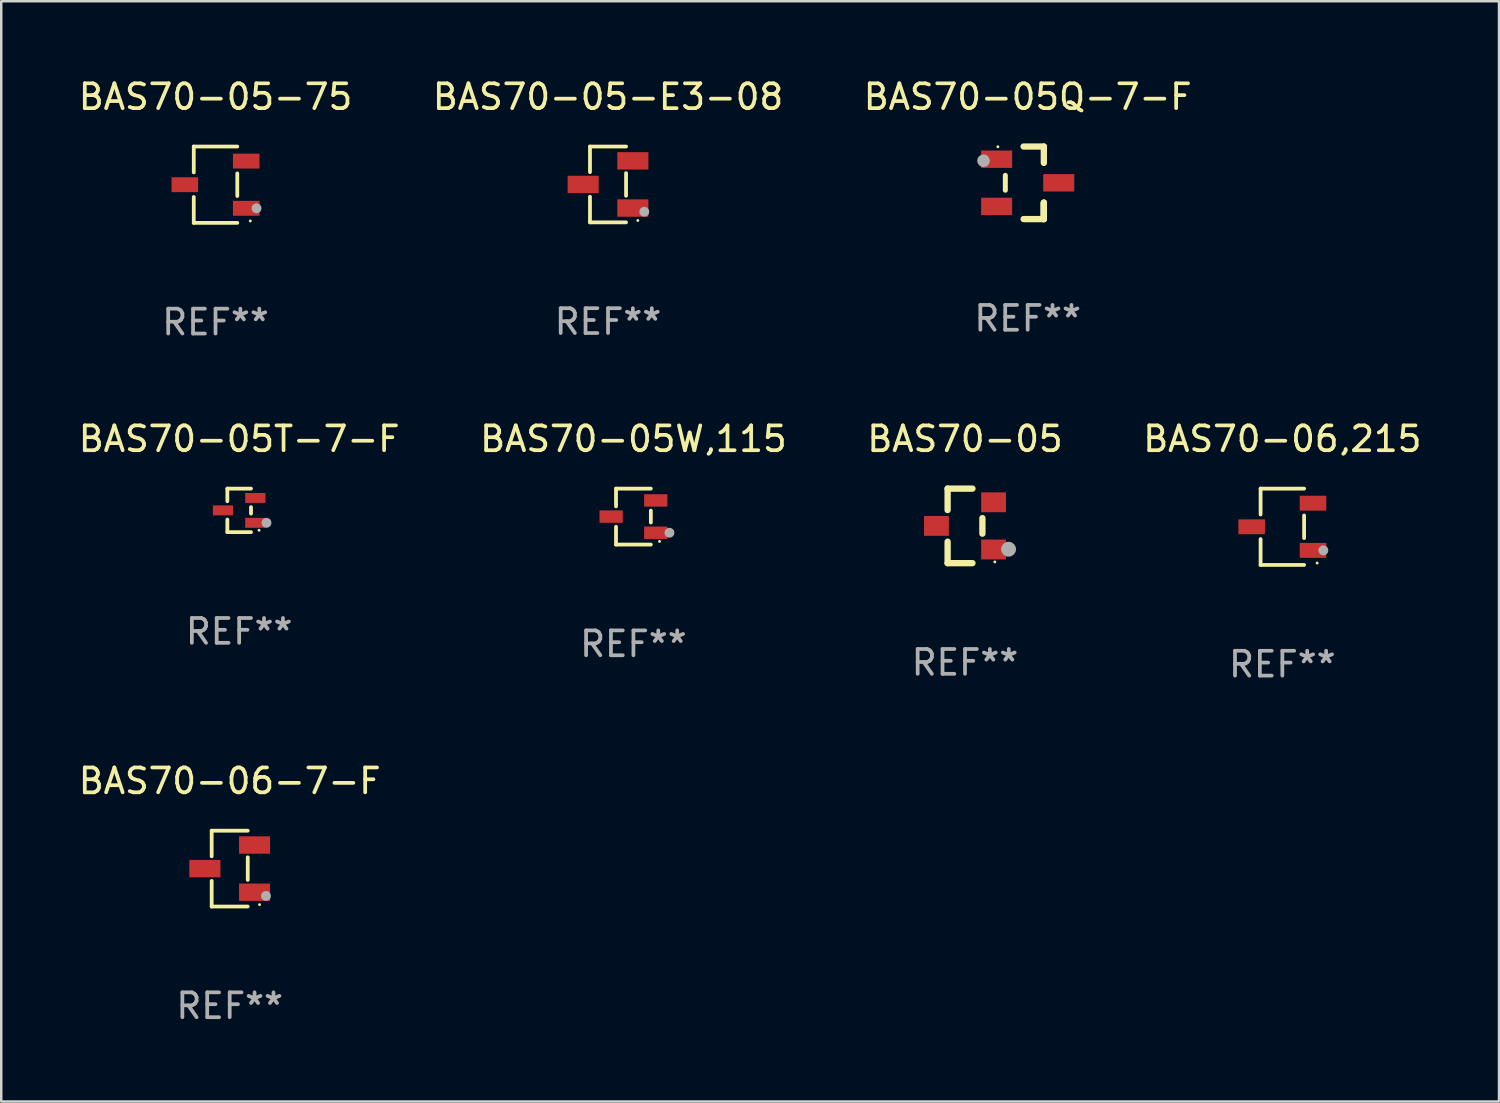
<source format=kicad_pcb>
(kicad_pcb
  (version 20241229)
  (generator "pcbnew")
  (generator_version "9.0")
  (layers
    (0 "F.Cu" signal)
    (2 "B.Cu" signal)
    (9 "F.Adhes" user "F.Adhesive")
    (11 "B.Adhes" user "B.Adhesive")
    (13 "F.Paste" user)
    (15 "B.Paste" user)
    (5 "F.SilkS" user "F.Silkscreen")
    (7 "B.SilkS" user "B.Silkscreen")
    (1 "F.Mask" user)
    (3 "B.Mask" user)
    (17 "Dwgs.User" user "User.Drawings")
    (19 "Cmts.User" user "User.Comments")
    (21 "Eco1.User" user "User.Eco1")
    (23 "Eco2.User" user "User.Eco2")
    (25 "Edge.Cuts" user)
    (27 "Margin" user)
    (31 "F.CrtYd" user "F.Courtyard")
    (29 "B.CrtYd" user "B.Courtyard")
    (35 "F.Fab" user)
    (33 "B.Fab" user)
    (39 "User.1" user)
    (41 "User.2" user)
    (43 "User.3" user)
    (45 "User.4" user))
  (footprint "BAS70-05-E3-08"
    (layer "F.Cu")
    (at 21.423 4.374)
    (property "Reference" "BAS70-05-E3-08" (at 0 -3.526 0) (layer "F.SilkS") (effects (font (size 1 1) (thickness 0.15))))
    (attr through_hole)
    (fp_line (start -0.726 -1.526) (end -0.726 -0.495) (stroke (width 0.152) (type solid)) (layer "F.SilkS"))
    (fp_line (start -0.726 1.526) (end -0.726 0.495) (stroke (width 0.152) (type solid)) (layer "F.SilkS"))
    (fp_line (start 0.726 -1.526) (end -0.726 -1.526) (stroke (width 0.152) (type solid)) (layer "F.SilkS"))
    (fp_line (start 0.726 -0.455) (end 0.726 0.455) (stroke (width 0.152) (type solid)) (layer "F.SilkS"))
    (fp_line (start 0.726 1.526) (end -0.726 1.526) (stroke (width 0.152) (type solid)) (layer "F.SilkS"))
    (fp_circle (center 1.2 1.45) (end 1.23 1.45) (stroke (width 0.06) (type solid)) (fill no) (layer "F.SilkS"))
    (fp_circle (center 1.46 1.1) (end 1.56 1.1) (stroke (width 0.2) (type solid)) (fill no) (layer "F.Fab"))
    (fp_text user "REF**" (at 0 5.526 0) (layer "F.Fab") (effects (font (size 1 1) (thickness 0.15))))
    (pad "1" smd rect (at 1 0.95) (size 1.25 0.7) (layers "F.Cu" "F.Mask" "F.Paste"))
    (pad "2" smd rect (at 1 -0.95) (size 1.25 0.7) (layers "F.Cu" "F.Mask" "F.Paste"))
    (pad "3" smd rect (at -1 0) (size 1.25 0.7) (layers "F.Cu" "F.Mask" "F.Paste")))
  (footprint "BAS70-06,215"
    (layer "F.Cu")
    (at 48.565 18.153)
    (property "Reference" "BAS70-06,215" (at 0 -3.536 0) (layer "F.SilkS") (effects (font (size 1 1) (thickness 0.15))))
    (attr through_hole)
    (fp_line (start -0.876 -1.536) (end -0.876 -0.495) (stroke (width 0.152) (type solid)) (layer "F.SilkS"))
    (fp_line (start -0.876 1.536) (end -0.876 0.495) (stroke (width 0.152) (type solid)) (layer "F.SilkS"))
    (fp_line (start 0.876 -1.536) (end -0.876 -1.536) (stroke (width 0.152) (type solid)) (layer "F.SilkS"))
    (fp_line (start 0.876 -0.455) (end 0.876 0.455) (stroke (width 0.152) (type solid)) (layer "F.SilkS"))
    (fp_line (start 0.876 1.536) (end -0.876 1.536) (stroke (width 0.152) (type solid)) (layer "F.SilkS"))
    (fp_circle (center 1.4 1.46) (end 1.43 1.46) (stroke (width 0.06) (type solid)) (fill no) (layer "F.SilkS"))
    (fp_circle (center 1.651 0.95) (end 1.751 0.95) (stroke (width 0.2) (type solid)) (fill no) (layer "F.Fab"))
    (fp_text user "REF**" (at 0 5.536 0) (layer "F.Fab") (effects (font (size 1 1) (thickness 0.15))))
    (pad "1" smd rect (at 1.235 0.95) (size 1.07 0.6) (layers "F.Cu" "F.Mask" "F.Paste"))
    (pad "2" smd rect (at 1.235 -0.95) (size 1.07 0.6) (layers "F.Cu" "F.Mask" "F.Paste"))
    (pad "3" smd rect (at -1.235 0) (size 1.07 0.6) (layers "F.Cu" "F.Mask" "F.Paste")))
  (footprint "BAS70-05-75"
    (layer "F.Cu")
    (at 5.625 4.384)
    (property "Reference" "BAS70-05-75" (at 0 -3.536 0) (layer "F.SilkS") (effects (font (size 1 1) (thickness 0.15))))
    (attr through_hole)
    (fp_line (start -0.876 -1.536) (end -0.876 -0.495) (stroke (width 0.152) (type solid)) (layer "F.SilkS"))
    (fp_line (start -0.876 1.536) (end -0.876 0.495) (stroke (width 0.152) (type solid)) (layer "F.SilkS"))
    (fp_line (start 0.876 -1.536) (end -0.876 -1.536) (stroke (width 0.152) (type solid)) (layer "F.SilkS"))
    (fp_line (start 0.876 -0.455) (end 0.876 0.455) (stroke (width 0.152) (type solid)) (layer "F.SilkS"))
    (fp_line (start 0.876 1.536) (end -0.876 1.536) (stroke (width 0.152) (type solid)) (layer "F.SilkS"))
    (fp_circle (center 1.4 1.46) (end 1.43 1.46) (stroke (width 0.06) (type solid)) (fill no) (layer "F.SilkS"))
    (fp_circle (center 1.651 0.95) (end 1.751 0.95) (stroke (width 0.2) (type solid)) (fill no) (layer "F.Fab"))
    (fp_text user "REF**" (at 0 5.536 0) (layer "F.Fab") (effects (font (size 1 1) (thickness 0.15))))
    (pad "1" smd rect (at 1.235 0.95) (size 1.07 0.6) (layers "F.Cu" "F.Mask" "F.Paste"))
    (pad "2" smd rect (at 1.235 -0.95) (size 1.07 0.6) (layers "F.Cu" "F.Mask" "F.Paste"))
    (pad "3" smd rect (at -1.235 0) (size 1.07 0.6) (layers "F.Cu" "F.Mask" "F.Paste")))
  (footprint "BAS70-05"
    (layer "F.Cu")
    (at 35.792 18.117)
    (property "Reference" "BAS70-05" (at 0 -3.5 0) (layer "F.SilkS") (effects (font (size 1 1) (thickness 0.15))))
    (attr through_hole)
    (fp_line (start -0.7 -1.5) (end 0.3 -1.5) (stroke (width 0.254) (type solid)) (layer "F.SilkS"))
    (fp_line (start -0.7 -0.636) (end -0.7 -1.5) (stroke (width 0.254) (type solid)) (layer "F.SilkS"))
    (fp_line (start -0.7 1.5) (end -0.7 0.636) (stroke (width 0.254) (type solid)) (layer "F.SilkS"))
    (fp_line (start -0.7 1.5) (end 0.3 1.5) (stroke (width 0.254) (type solid)) (layer "F.SilkS"))
    (fp_line (start 0.7 0.314) (end 0.7 -0.314) (stroke (width 0.254) (type solid)) (layer "F.SilkS"))
    (fp_circle (center 1.2 1.45) (end 1.23 1.45) (stroke (width 0.06) (type solid)) (fill no) (layer "F.SilkS"))
    (fp_circle (center 1.753 0.94) (end 1.903 0.94) (stroke (width 0.3) (type solid)) (fill no) (layer "F.Fab"))
    (fp_text user "REF**" (at 0 5.5 0) (layer "F.Fab") (effects (font (size 1 1) (thickness 0.15))))
    (pad "1" smd rect (at 1.15 0.95 180) (size 1 0.8) (layers "F.Cu" "F.Mask" "F.Paste"))
    (pad "2" smd rect (at 1.15 -0.95 180) (size 1 0.8) (layers "F.Cu" "F.Mask" "F.Paste"))
    (pad "3" smd rect (at -1.15 -0.000051 180) (size 1 0.8) (layers "F.Cu" "F.Mask" "F.Paste")))
  (footprint "BAS70-05Q-7-F"
    (layer "F.Cu")
    (at 38.315 4.308)
    (property "Reference" "BAS70-05Q-7-F" (at 0 -3.46 0) (layer "F.SilkS") (effects (font (size 1 1) (thickness 0.15))))
    (attr through_hole)
    (fp_line (start -0.9 -0.3) (end -0.9 0.3) (stroke (width 0.2) (type solid)) (layer "F.SilkS"))
    (fp_line (start -0.165 -1.46) (end 0.65 -1.46) (stroke (width 0.254) (type solid)) (layer "F.SilkS"))
    (fp_line (start 0.65 -1.46) (end 0.65 -0.8) (stroke (width 0.254) (type solid)) (layer "F.SilkS"))
    (fp_line (start 0.65 0.8) (end 0.65 1.46) (stroke (width 0.254) (type solid)) (layer "F.SilkS"))
    (fp_line (start 0.65 0.8) (end 0.65 1.46) (stroke (width 0.254) (type solid)) (layer "F.SilkS"))
    (fp_line (start 0.65 1.46) (end -0.165 1.46) (stroke (width 0.254) (type solid)) (layer "F.SilkS"))
    (fp_line (start 0.65 1.46) (end 0.65 0.8) (stroke (width 0.254) (type solid)) (layer "F.SilkS"))
    (fp_circle (center -1.2 -1.45) (end -1.17 -1.45) (stroke (width 0.06) (type solid)) (fill no) (layer "F.SilkS"))
    (fp_circle (center -1.778 -0.889) (end -1.651 -0.889) (stroke (width 0.254) (type solid)) (fill no) (layer "F.Fab"))
    (fp_text user "REF**" (at 0 5.46 0) (layer "F.Fab") (effects (font (size 1 1) (thickness 0.15))))
    (pad "1" smd rect (at -1.25 -0.95 90) (size 0.7 1.25) (layers "F.Cu" "F.Mask" "F.Paste"))
    (pad "2" smd rect (at -1.25 0.95 90) (size 0.7 1.25) (layers "F.Cu" "F.Mask" "F.Paste"))
    (pad "3" smd rect (at 1.25 -0.000051 90) (size 0.7 1.25) (layers "F.Cu" "F.Mask" "F.Paste")))
  (footprint "BAS70-06-7-F"
    (layer "F.Cu")
    (at 6.196 31.912)
    (property "Reference" "BAS70-06-7-F" (at 0 -3.526 0) (layer "F.SilkS") (effects (font (size 1 1) (thickness 0.15))))
    (attr through_hole)
    (fp_line (start -0.726 -1.526) (end -0.726 -0.495) (stroke (width 0.152) (type solid)) (layer "F.SilkS"))
    (fp_line (start -0.726 1.526) (end -0.726 0.495) (stroke (width 0.152) (type solid)) (layer "F.SilkS"))
    (fp_line (start 0.726 -1.526) (end -0.726 -1.526) (stroke (width 0.152) (type solid)) (layer "F.SilkS"))
    (fp_line (start 0.726 -0.455) (end 0.726 0.455) (stroke (width 0.152) (type solid)) (layer "F.SilkS"))
    (fp_line (start 0.726 1.526) (end -0.726 1.526) (stroke (width 0.152) (type solid)) (layer "F.SilkS"))
    (fp_circle (center 1.2 1.45) (end 1.23 1.45) (stroke (width 0.06) (type solid)) (fill no) (layer "F.SilkS"))
    (fp_circle (center 1.46 1.1) (end 1.56 1.1) (stroke (width 0.2) (type solid)) (fill no) (layer "F.Fab"))
    (fp_text user "REF**" (at 0 5.526 0) (layer "F.Fab") (effects (font (size 1 1) (thickness 0.15))))
    (pad "1" smd rect (at 1 0.95) (size 1.25 0.7) (layers "F.Cu" "F.Mask" "F.Paste"))
    (pad "2" smd rect (at 1 -0.95) (size 1.25 0.7) (layers "F.Cu" "F.Mask" "F.Paste"))
    (pad "3" smd rect (at -1 0) (size 1.25 0.7) (layers "F.Cu" "F.Mask" "F.Paste")))
  (footprint "BAS70-05T-7-F"
    (layer "F.Cu")
    (at 6.577 17.493)
    (property "Reference" "BAS70-05T-7-F" (at 0 -2.876 0) (layer "F.SilkS") (effects (font (size 1 1) (thickness 0.15))))
    (attr through_hole)
    (fp_line (start -0.476 -0.876) (end -0.476 -0.369) (stroke (width 0.152) (type solid)) (layer "F.SilkS"))
    (fp_line (start -0.476 0.876) (end -0.476 0.369) (stroke (width 0.152) (type solid)) (layer "F.SilkS"))
    (fp_line (start 0.476 -0.876) (end -0.476 -0.876) (stroke (width 0.152) (type solid)) (layer "F.SilkS"))
    (fp_line (start 0.476 -0.131) (end 0.476 0.131) (stroke (width 0.152) (type solid)) (layer "F.SilkS"))
    (fp_line (start 0.476 0.876) (end -0.476 0.876) (stroke (width 0.152) (type solid)) (layer "F.SilkS"))
    (fp_circle (center 0.8 0.8) (end 0.83 0.8) (stroke (width 0.06) (type solid)) (fill no) (layer "F.SilkS"))
    (fp_circle (center 1.1 0.5) (end 1.2 0.5) (stroke (width 0.2) (type solid)) (fill no) (layer "F.Fab"))
    (fp_text user "REF**" (at 0 4.876 0) (layer "F.Fab") (effects (font (size 1 1) (thickness 0.15))))
    (pad "1" smd rect (at 0.65 0.5) (size 0.816 0.4) (layers "F.Cu" "F.Mask" "F.Paste"))
    (pad "2" smd rect (at 0.65 -0.5) (size 0.816 0.4) (layers "F.Cu" "F.Mask" "F.Paste"))
    (pad "3" smd rect (at -0.65 0) (size 0.816 0.4) (layers "F.Cu" "F.Mask" "F.Paste")))
  (footprint "BAS70-05W,115"
    (layer "F.Cu")
    (at 22.446 17.743)
    (property "Reference" "BAS70-05W,115" (at 0 -3.126 0) (layer "F.SilkS") (effects (font (size 1 1) (thickness 0.15))))
    (attr through_hole)
    (fp_line (start -0.701 -1.126) (end -0.701 -0.411) (stroke (width 0.152) (type solid)) (layer "F.SilkS"))
    (fp_line (start -0.701 1.126) (end -0.701 0.411) (stroke (width 0.152) (type solid)) (layer "F.SilkS"))
    (fp_line (start 0.701 -1.126) (end -0.701 -1.126) (stroke (width 0.152) (type solid)) (layer "F.SilkS"))
    (fp_line (start 0.701 -0.239) (end 0.701 0.239) (stroke (width 0.152) (type solid)) (layer "F.SilkS"))
    (fp_line (start 0.701 1.126) (end -0.701 1.126) (stroke (width 0.152) (type solid)) (layer "F.SilkS"))
    (fp_circle (center 1.05 1) (end 1.08 1) (stroke (width 0.06) (type solid)) (fill no) (layer "F.SilkS"))
    (fp_circle (center 1.45 0.65) (end 1.55 0.65) (stroke (width 0.2) (type solid)) (fill no) (layer "F.Fab"))
    (fp_text user "REF**" (at 0 5.126 0) (layer "F.Fab") (effects (font (size 1 1) (thickness 0.15))))
    (pad "1" smd rect (at 0.898 0.65) (size 0.936 0.5) (layers "F.Cu" "F.Mask" "F.Paste"))
    (pad "2" smd rect (at 0.898 -0.65) (size 0.936 0.5) (layers "F.Cu" "F.Mask" "F.Paste"))
    (pad "3" smd rect (at -0.898 0) (size 0.936 0.5) (layers "F.Cu" "F.Mask" "F.Paste")))
  (gr_rect
    (start -3 -3)
    (end 57.286 41.287)
    (stroke (width 0.1) (type default))
    (fill no)
    (layer "Edge.Cuts")))
</source>
